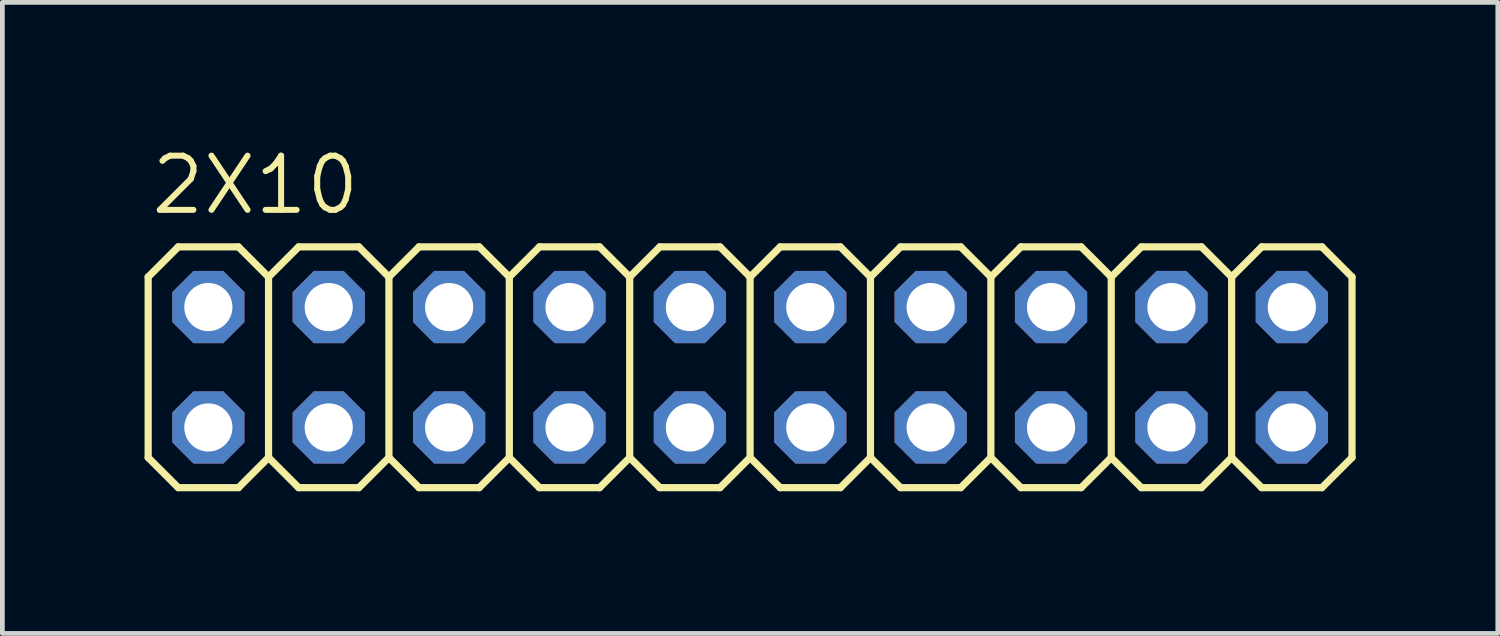
<source format=kicad_pcb>
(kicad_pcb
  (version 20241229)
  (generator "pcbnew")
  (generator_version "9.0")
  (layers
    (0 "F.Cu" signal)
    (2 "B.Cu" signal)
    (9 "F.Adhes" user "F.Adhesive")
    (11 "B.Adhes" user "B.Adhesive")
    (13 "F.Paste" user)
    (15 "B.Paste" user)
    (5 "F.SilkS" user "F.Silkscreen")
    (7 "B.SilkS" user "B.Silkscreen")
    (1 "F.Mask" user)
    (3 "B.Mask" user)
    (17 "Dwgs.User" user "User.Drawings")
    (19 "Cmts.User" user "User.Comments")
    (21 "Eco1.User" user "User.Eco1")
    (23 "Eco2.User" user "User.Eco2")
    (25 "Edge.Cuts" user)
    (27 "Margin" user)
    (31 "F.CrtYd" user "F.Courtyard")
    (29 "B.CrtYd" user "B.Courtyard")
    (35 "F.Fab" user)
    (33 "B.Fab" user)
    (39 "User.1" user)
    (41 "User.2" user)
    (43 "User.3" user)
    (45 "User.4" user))
  (footprint "2X10"
    (layer "F.Cu")
    (at 12.776 4.699)
    (property "Reference" "2X10" (at -12.7 -3.175 0) (layer "F.SilkS") (effects (font (size 1.143 1.143) (thickness 0.127)) (justify left bottom)))
    (fp_line (start -12.7 -1.905) (end -12.065 -2.54) (stroke (width 0.152) (type solid)) (layer "F.SilkS"))
    (fp_line (start -12.7 1.905) (end -12.7 -1.905) (stroke (width 0.152) (type solid)) (layer "F.SilkS"))
    (fp_line (start -12.7 1.905) (end -12.065 2.54) (stroke (width 0.152) (type solid)) (layer "F.SilkS"))
    (fp_line (start -12.065 -2.54) (end -10.795 -2.54) (stroke (width 0.152) (type solid)) (layer "F.SilkS"))
    (fp_line (start -12.065 2.54) (end -10.795 2.54) (stroke (width 0.152) (type solid)) (layer "F.SilkS"))
    (fp_line (start -10.795 -2.54) (end -10.16 -1.905) (stroke (width 0.152) (type solid)) (layer "F.SilkS"))
    (fp_line (start -10.795 2.54) (end -10.16 1.905) (stroke (width 0.152) (type solid)) (layer "F.SilkS"))
    (fp_line (start -10.16 -1.905) (end -10.16 1.905) (stroke (width 0.152) (type solid)) (layer "F.SilkS"))
    (fp_line (start -10.16 -1.905) (end -9.525 -2.54) (stroke (width 0.152) (type solid)) (layer "F.SilkS"))
    (fp_line (start -10.16 1.905) (end -9.525 2.54) (stroke (width 0.152) (type solid)) (layer "F.SilkS"))
    (fp_line (start -9.525 -2.54) (end -8.255 -2.54) (stroke (width 0.152) (type solid)) (layer "F.SilkS"))
    (fp_line (start -9.525 2.54) (end -8.255 2.54) (stroke (width 0.152) (type solid)) (layer "F.SilkS"))
    (fp_line (start -8.255 -2.54) (end -7.62 -1.905) (stroke (width 0.152) (type solid)) (layer "F.SilkS"))
    (fp_line (start -8.255 2.54) (end -7.62 1.905) (stroke (width 0.152) (type solid)) (layer "F.SilkS"))
    (fp_line (start -7.62 -1.905) (end -7.62 1.905) (stroke (width 0.152) (type solid)) (layer "F.SilkS"))
    (fp_line (start -7.62 -1.905) (end -6.985 -2.54) (stroke (width 0.152) (type solid)) (layer "F.SilkS"))
    (fp_line (start -7.62 1.905) (end -6.985 2.54) (stroke (width 0.152) (type solid)) (layer "F.SilkS"))
    (fp_line (start -6.985 -2.54) (end -5.715 -2.54) (stroke (width 0.152) (type solid)) (layer "F.SilkS"))
    (fp_line (start -6.985 2.54) (end -5.715 2.54) (stroke (width 0.152) (type solid)) (layer "F.SilkS"))
    (fp_line (start -5.715 -2.54) (end -5.08 -1.905) (stroke (width 0.152) (type solid)) (layer "F.SilkS"))
    (fp_line (start -5.715 2.54) (end -5.08 1.905) (stroke (width 0.152) (type solid)) (layer "F.SilkS"))
    (fp_line (start -5.08 -1.905) (end -5.08 1.905) (stroke (width 0.152) (type solid)) (layer "F.SilkS"))
    (fp_line (start -5.08 -1.905) (end -4.445 -2.54) (stroke (width 0.152) (type solid)) (layer "F.SilkS"))
    (fp_line (start -5.08 1.905) (end -4.445 2.54) (stroke (width 0.152) (type solid)) (layer "F.SilkS"))
    (fp_line (start -4.445 -2.54) (end -3.175 -2.54) (stroke (width 0.152) (type solid)) (layer "F.SilkS"))
    (fp_line (start -4.445 2.54) (end -3.175 2.54) (stroke (width 0.152) (type solid)) (layer "F.SilkS"))
    (fp_line (start -3.175 -2.54) (end -2.54 -1.905) (stroke (width 0.152) (type solid)) (layer "F.SilkS"))
    (fp_line (start -3.175 2.54) (end -2.54 1.905) (stroke (width 0.152) (type solid)) (layer "F.SilkS"))
    (fp_line (start -2.54 -1.905) (end -2.54 1.905) (stroke (width 0.152) (type solid)) (layer "F.SilkS"))
    (fp_line (start -2.54 -1.905) (end -1.905 -2.54) (stroke (width 0.152) (type solid)) (layer "F.SilkS"))
    (fp_line (start -2.54 1.905) (end -1.905 2.54) (stroke (width 0.152) (type solid)) (layer "F.SilkS"))
    (fp_line (start -1.905 -2.54) (end -0.635 -2.54) (stroke (width 0.152) (type solid)) (layer "F.SilkS"))
    (fp_line (start -1.905 2.54) (end -0.635 2.54) (stroke (width 0.152) (type solid)) (layer "F.SilkS"))
    (fp_line (start -0.635 -2.54) (end 0 -1.905) (stroke (width 0.152) (type solid)) (layer "F.SilkS"))
    (fp_line (start -0.635 2.54) (end 0 1.905) (stroke (width 0.152) (type solid)) (layer "F.SilkS"))
    (fp_line (start 0 -1.905) (end 0 1.905) (stroke (width 0.152) (type solid)) (layer "F.SilkS"))
    (fp_line (start 0 -1.905) (end 0.635 -2.54) (stroke (width 0.152) (type solid)) (layer "F.SilkS"))
    (fp_line (start 0 1.905) (end 0.635 2.54) (stroke (width 0.152) (type solid)) (layer "F.SilkS"))
    (fp_line (start 0.635 -2.54) (end 1.905 -2.54) (stroke (width 0.152) (type solid)) (layer "F.SilkS"))
    (fp_line (start 0.635 2.54) (end 1.905 2.54) (stroke (width 0.152) (type solid)) (layer "F.SilkS"))
    (fp_line (start 1.905 -2.54) (end 2.54 -1.905) (stroke (width 0.152) (type solid)) (layer "F.SilkS"))
    (fp_line (start 1.905 2.54) (end 2.54 1.905) (stroke (width 0.152) (type solid)) (layer "F.SilkS"))
    (fp_line (start 2.54 -1.905) (end 2.54 1.905) (stroke (width 0.152) (type solid)) (layer "F.SilkS"))
    (fp_line (start 2.54 -1.905) (end 3.175 -2.54) (stroke (width 0.152) (type solid)) (layer "F.SilkS"))
    (fp_line (start 2.54 1.905) (end 3.175 2.54) (stroke (width 0.152) (type solid)) (layer "F.SilkS"))
    (fp_line (start 3.175 -2.54) (end 4.445 -2.54) (stroke (width 0.152) (type solid)) (layer "F.SilkS"))
    (fp_line (start 3.175 2.54) (end 4.445 2.54) (stroke (width 0.152) (type solid)) (layer "F.SilkS"))
    (fp_line (start 4.445 -2.54) (end 5.08 -1.905) (stroke (width 0.152) (type solid)) (layer "F.SilkS"))
    (fp_line (start 5.08 -1.905) (end 5.08 1.905) (stroke (width 0.152) (type solid)) (layer "F.SilkS"))
    (fp_line (start 5.08 -1.905) (end 5.715 -2.54) (stroke (width 0.152) (type solid)) (layer "F.SilkS"))
    (fp_line (start 5.08 1.905) (end 4.445 2.54) (stroke (width 0.152) (type solid)) (layer "F.SilkS"))
    (fp_line (start 5.08 1.905) (end 5.715 2.54) (stroke (width 0.152) (type solid)) (layer "F.SilkS"))
    (fp_line (start 5.715 -2.54) (end 6.985 -2.54) (stroke (width 0.152) (type solid)) (layer "F.SilkS"))
    (fp_line (start 5.715 2.54) (end 6.985 2.54) (stroke (width 0.152) (type solid)) (layer "F.SilkS"))
    (fp_line (start 6.985 -2.54) (end 7.62 -1.905) (stroke (width 0.152) (type solid)) (layer "F.SilkS"))
    (fp_line (start 7.62 -1.905) (end 7.62 1.905) (stroke (width 0.152) (type solid)) (layer "F.SilkS"))
    (fp_line (start 7.62 -1.905) (end 8.255 -2.54) (stroke (width 0.152) (type solid)) (layer "F.SilkS"))
    (fp_line (start 7.62 1.905) (end 6.985 2.54) (stroke (width 0.152) (type solid)) (layer "F.SilkS"))
    (fp_line (start 7.62 1.905) (end 8.255 2.54) (stroke (width 0.152) (type solid)) (layer "F.SilkS"))
    (fp_line (start 8.255 -2.54) (end 9.525 -2.54) (stroke (width 0.152) (type solid)) (layer "F.SilkS"))
    (fp_line (start 8.255 2.54) (end 9.525 2.54) (stroke (width 0.152) (type solid)) (layer "F.SilkS"))
    (fp_line (start 9.525 -2.54) (end 10.16 -1.905) (stroke (width 0.152) (type solid)) (layer "F.SilkS"))
    (fp_line (start 10.16 -1.905) (end 10.16 1.905) (stroke (width 0.152) (type solid)) (layer "F.SilkS"))
    (fp_line (start 10.16 -1.905) (end 10.795 -2.54) (stroke (width 0.152) (type solid)) (layer "F.SilkS"))
    (fp_line (start 10.16 1.905) (end 9.525 2.54) (stroke (width 0.152) (type solid)) (layer "F.SilkS"))
    (fp_line (start 10.16 1.905) (end 10.795 2.54) (stroke (width 0.152) (type solid)) (layer "F.SilkS"))
    (fp_line (start 10.795 -2.54) (end 12.065 -2.54) (stroke (width 0.152) (type solid)) (layer "F.SilkS"))
    (fp_line (start 10.795 2.54) (end 12.065 2.54) (stroke (width 0.152) (type solid)) (layer "F.SilkS"))
    (fp_line (start 12.065 -2.54) (end 12.7 -1.905) (stroke (width 0.152) (type solid)) (layer "F.SilkS"))
    (fp_line (start 12.7 -1.905) (end 12.7 1.905) (stroke (width 0.152) (type solid)) (layer "F.SilkS"))
    (fp_line (start 12.7 1.905) (end 12.065 2.54) (stroke (width 0.152) (type solid)) (layer "F.SilkS"))
    (fp_poly (pts (xy -11.684 -1.016) (xy -11.176 -1.016) (xy -11.176 -1.524) (xy -11.684 -1.524)) (stroke (width 0.1) (type default)) (fill no) (layer "F.Fab"))
    (fp_poly (pts (xy -11.684 1.524) (xy -11.176 1.524) (xy -11.176 1.016) (xy -11.684 1.016)) (stroke (width 0.1) (type default)) (fill no) (layer "F.Fab"))
    (fp_poly (pts (xy -9.144 -1.016) (xy -8.636 -1.016) (xy -8.636 -1.524) (xy -9.144 -1.524)) (stroke (width 0.1) (type default)) (fill no) (layer "F.Fab"))
    (fp_poly (pts (xy -9.144 1.524) (xy -8.636 1.524) (xy -8.636 1.016) (xy -9.144 1.016)) (stroke (width 0.1) (type default)) (fill no) (layer "F.Fab"))
    (fp_poly (pts (xy -6.604 -1.016) (xy -6.096 -1.016) (xy -6.096 -1.524) (xy -6.604 -1.524)) (stroke (width 0.1) (type default)) (fill no) (layer "F.Fab"))
    (fp_poly (pts (xy -6.604 1.524) (xy -6.096 1.524) (xy -6.096 1.016) (xy -6.604 1.016)) (stroke (width 0.1) (type default)) (fill no) (layer "F.Fab"))
    (fp_poly (pts (xy -4.064 -1.016) (xy -3.556 -1.016) (xy -3.556 -1.524) (xy -4.064 -1.524)) (stroke (width 0.1) (type default)) (fill no) (layer "F.Fab"))
    (fp_poly (pts (xy -4.064 1.524) (xy -3.556 1.524) (xy -3.556 1.016) (xy -4.064 1.016)) (stroke (width 0.1) (type default)) (fill no) (layer "F.Fab"))
    (fp_poly (pts (xy -1.524 -1.016) (xy -1.016 -1.016) (xy -1.016 -1.524) (xy -1.524 -1.524)) (stroke (width 0.1) (type default)) (fill no) (layer "F.Fab"))
    (fp_poly (pts (xy -1.524 1.524) (xy -1.016 1.524) (xy -1.016 1.016) (xy -1.524 1.016)) (stroke (width 0.1) (type default)) (fill no) (layer "F.Fab"))
    (fp_poly (pts (xy 1.016 -1.016) (xy 1.524 -1.016) (xy 1.524 -1.524) (xy 1.016 -1.524)) (stroke (width 0.1) (type default)) (fill no) (layer "F.Fab"))
    (fp_poly (pts (xy 1.016 1.524) (xy 1.524 1.524) (xy 1.524 1.016) (xy 1.016 1.016)) (stroke (width 0.1) (type default)) (fill no) (layer "F.Fab"))
    (fp_poly (pts (xy 3.556 -1.016) (xy 4.064 -1.016) (xy 4.064 -1.524) (xy 3.556 -1.524)) (stroke (width 0.1) (type default)) (fill no) (layer "F.Fab"))
    (fp_poly (pts (xy 3.556 1.524) (xy 4.064 1.524) (xy 4.064 1.016) (xy 3.556 1.016)) (stroke (width 0.1) (type default)) (fill no) (layer "F.Fab"))
    (fp_poly (pts (xy 6.096 -1.016) (xy 6.604 -1.016) (xy 6.604 -1.524) (xy 6.096 -1.524)) (stroke (width 0.1) (type default)) (fill no) (layer "F.Fab"))
    (fp_poly (pts (xy 6.096 1.524) (xy 6.604 1.524) (xy 6.604 1.016) (xy 6.096 1.016)) (stroke (width 0.1) (type default)) (fill no) (layer "F.Fab"))
    (fp_poly (pts (xy 8.636 -1.016) (xy 9.144 -1.016) (xy 9.144 -1.524) (xy 8.636 -1.524)) (stroke (width 0.1) (type default)) (fill no) (layer "F.Fab"))
    (fp_poly (pts (xy 8.636 1.524) (xy 9.144 1.524) (xy 9.144 1.016) (xy 8.636 1.016)) (stroke (width 0.1) (type default)) (fill no) (layer "F.Fab"))
    (fp_poly (pts (xy 11.176 -1.016) (xy 11.684 -1.016) (xy 11.684 -1.524) (xy 11.176 -1.524)) (stroke (width 0.1) (type default)) (fill no) (layer "F.Fab"))
    (fp_poly (pts (xy 11.176 1.524) (xy 11.684 1.524) (xy 11.684 1.016) (xy 11.176 1.016)) (stroke (width 0.1) (type default)) (fill no) (layer "F.Fab"))
    (pad "1" thru_hole roundrect (at -11.43 1.27) (size 1.524 1.524) (drill 1.016) (layers "*.Cu" "*.Mask") (roundrect_rratio 0.25) (chamfer_ratio 0.293) (chamfer top_left top_right bottom_left bottom_right))
    (pad "2" thru_hole roundrect (at -11.43 -1.27) (size 1.524 1.524) (drill 1.016) (layers "*.Cu" "*.Mask") (roundrect_rratio 0.25) (chamfer_ratio 0.293) (chamfer top_left top_right bottom_left bottom_right))
    (pad "3" thru_hole roundrect (at -8.89 1.27) (size 1.524 1.524) (drill 1.016) (layers "*.Cu" "*.Mask") (roundrect_rratio 0.25) (chamfer_ratio 0.293) (chamfer top_left top_right bottom_left bottom_right))
    (pad "4" thru_hole roundrect (at -8.89 -1.27) (size 1.524 1.524) (drill 1.016) (layers "*.Cu" "*.Mask") (roundrect_rratio 0.25) (chamfer_ratio 0.293) (chamfer top_left top_right bottom_left bottom_right))
    (pad "5" thru_hole roundrect (at -6.35 1.27) (size 1.524 1.524) (drill 1.016) (layers "*.Cu" "*.Mask") (roundrect_rratio 0.25) (chamfer_ratio 0.293) (chamfer top_left top_right bottom_left bottom_right))
    (pad "6" thru_hole roundrect (at -6.35 -1.27) (size 1.524 1.524) (drill 1.016) (layers "*.Cu" "*.Mask") (roundrect_rratio 0.25) (chamfer_ratio 0.293) (chamfer top_left top_right bottom_left bottom_right))
    (pad "7" thru_hole roundrect (at -3.81 1.27) (size 1.524 1.524) (drill 1.016) (layers "*.Cu" "*.Mask") (roundrect_rratio 0.25) (chamfer_ratio 0.293) (chamfer top_left top_right bottom_left bottom_right))
    (pad "8" thru_hole roundrect (at -3.81 -1.27) (size 1.524 1.524) (drill 1.016) (layers "*.Cu" "*.Mask") (roundrect_rratio 0.25) (chamfer_ratio 0.293) (chamfer top_left top_right bottom_left bottom_right))
    (pad "9" thru_hole roundrect (at -1.27 1.27) (size 1.524 1.524) (drill 1.016) (layers "*.Cu" "*.Mask") (roundrect_rratio 0.25) (chamfer_ratio 0.293) (chamfer top_left top_right bottom_left bottom_right))
    (pad "10" thru_hole roundrect (at -1.27 -1.27) (size 1.524 1.524) (drill 1.016) (layers "*.Cu" "*.Mask") (roundrect_rratio 0.25) (chamfer_ratio 0.293) (chamfer top_left top_right bottom_left bottom_right))
    (pad "11" thru_hole roundrect (at 1.27 1.27) (size 1.524 1.524) (drill 1.016) (layers "*.Cu" "*.Mask") (roundrect_rratio 0.25) (chamfer_ratio 0.293) (chamfer top_left top_right bottom_left bottom_right))
    (pad "12" thru_hole roundrect (at 1.27 -1.27) (size 1.524 1.524) (drill 1.016) (layers "*.Cu" "*.Mask") (roundrect_rratio 0.25) (chamfer_ratio 0.293) (chamfer top_left top_right bottom_left bottom_right))
    (pad "13" thru_hole roundrect (at 3.81 1.27) (size 1.524 1.524) (drill 1.016) (layers "*.Cu" "*.Mask") (roundrect_rratio 0.25) (chamfer_ratio 0.293) (chamfer top_left top_right bottom_left bottom_right))
    (pad "14" thru_hole roundrect (at 3.81 -1.27) (size 1.524 1.524) (drill 1.016) (layers "*.Cu" "*.Mask") (roundrect_rratio 0.25) (chamfer_ratio 0.293) (chamfer top_left top_right bottom_left bottom_right))
    (pad "15" thru_hole roundrect (at 6.35 1.27) (size 1.524 1.524) (drill 1.016) (layers "*.Cu" "*.Mask") (roundrect_rratio 0.25) (chamfer_ratio 0.293) (chamfer top_left top_right bottom_left bottom_right))
    (pad "16" thru_hole roundrect (at 6.35 -1.27) (size 1.524 1.524) (drill 1.016) (layers "*.Cu" "*.Mask") (roundrect_rratio 0.25) (chamfer_ratio 0.293) (chamfer top_left top_right bottom_left bottom_right))
    (pad "17" thru_hole roundrect (at 8.89 1.27) (size 1.524 1.524) (drill 1.016) (layers "*.Cu" "*.Mask") (roundrect_rratio 0.25) (chamfer_ratio 0.293) (chamfer top_left top_right bottom_left bottom_right))
    (pad "18" thru_hole roundrect (at 8.89 -1.27) (size 1.524 1.524) (drill 1.016) (layers "*.Cu" "*.Mask") (roundrect_rratio 0.25) (chamfer_ratio 0.293) (chamfer top_left top_right bottom_left bottom_right))
    (pad "19" thru_hole roundrect (at 11.43 1.27) (size 1.524 1.524) (drill 1.016) (layers "*.Cu" "*.Mask") (roundrect_rratio 0.25) (chamfer_ratio 0.293) (chamfer top_left top_right bottom_left bottom_right))
    (pad "20" thru_hole roundrect (at 11.43 -1.27) (size 1.524 1.524) (drill 1.016) (layers "*.Cu" "*.Mask") (roundrect_rratio 0.25) (chamfer_ratio 0.293) (chamfer top_left top_right bottom_left bottom_right)))
  (gr_rect
    (start -3 -3)
    (end 28.552 10.315)
    (stroke (width 0.1) (type default))
    (fill no)
    (layer "Edge.Cuts")))
</source>
